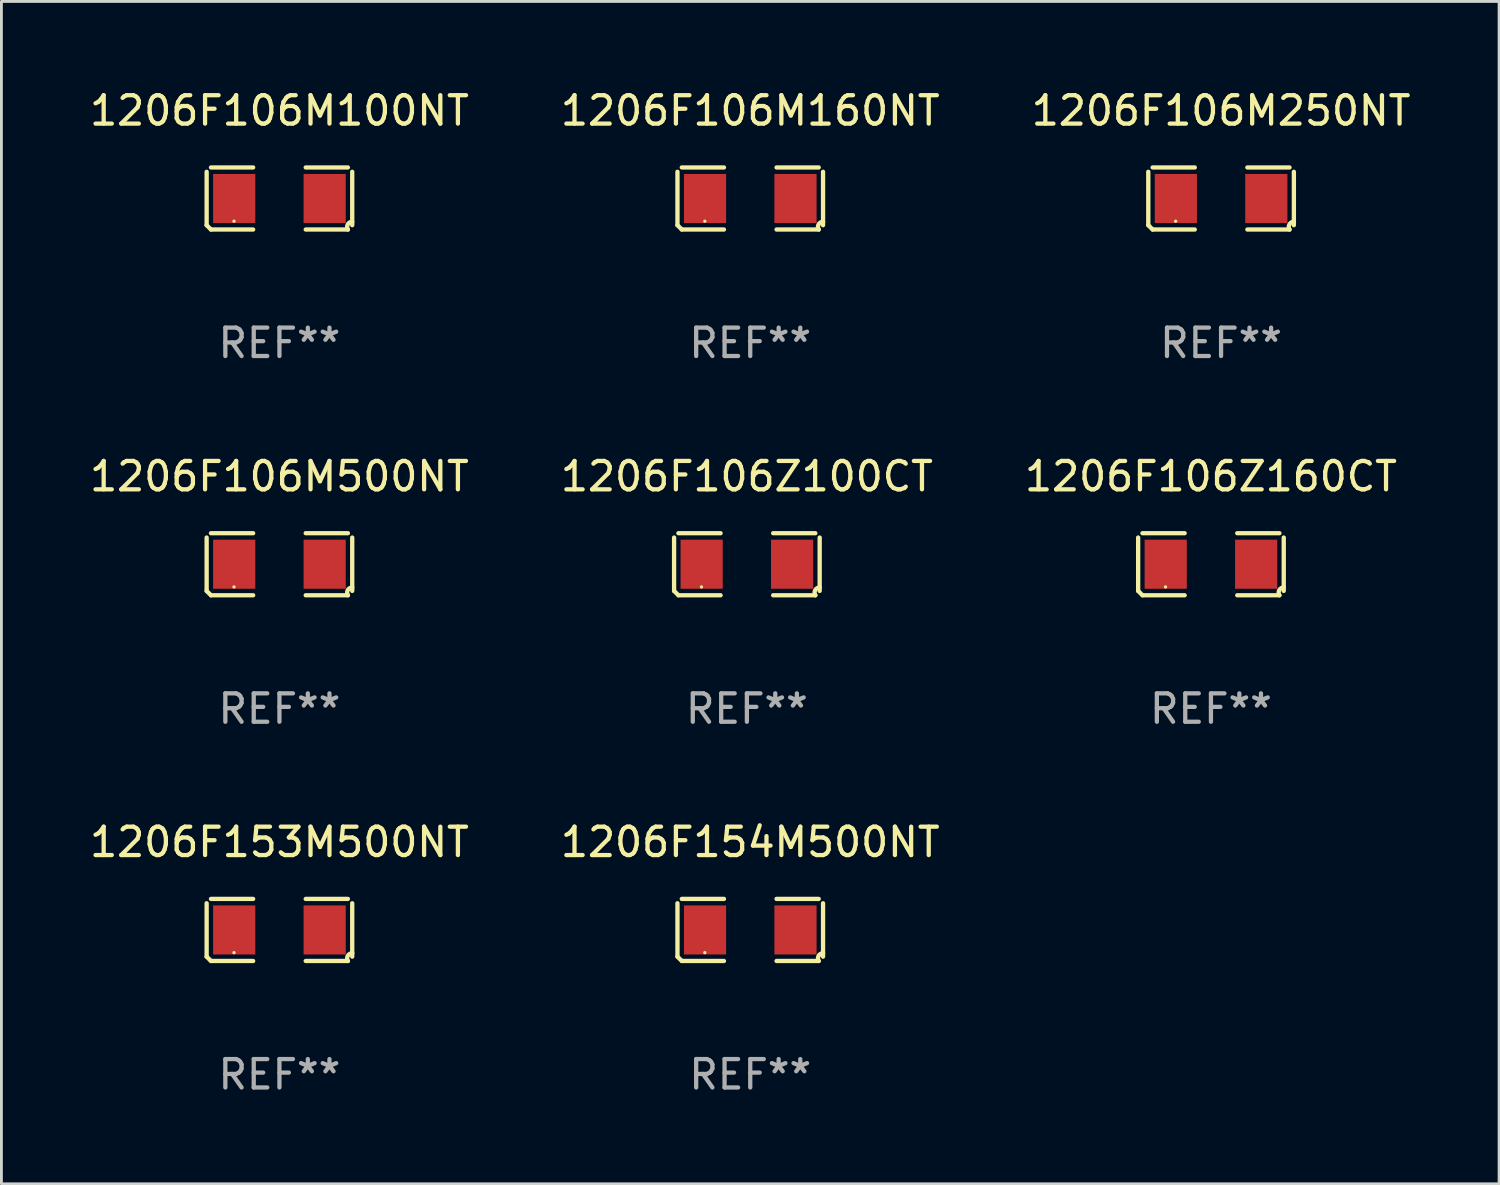
<source format=kicad_pcb>
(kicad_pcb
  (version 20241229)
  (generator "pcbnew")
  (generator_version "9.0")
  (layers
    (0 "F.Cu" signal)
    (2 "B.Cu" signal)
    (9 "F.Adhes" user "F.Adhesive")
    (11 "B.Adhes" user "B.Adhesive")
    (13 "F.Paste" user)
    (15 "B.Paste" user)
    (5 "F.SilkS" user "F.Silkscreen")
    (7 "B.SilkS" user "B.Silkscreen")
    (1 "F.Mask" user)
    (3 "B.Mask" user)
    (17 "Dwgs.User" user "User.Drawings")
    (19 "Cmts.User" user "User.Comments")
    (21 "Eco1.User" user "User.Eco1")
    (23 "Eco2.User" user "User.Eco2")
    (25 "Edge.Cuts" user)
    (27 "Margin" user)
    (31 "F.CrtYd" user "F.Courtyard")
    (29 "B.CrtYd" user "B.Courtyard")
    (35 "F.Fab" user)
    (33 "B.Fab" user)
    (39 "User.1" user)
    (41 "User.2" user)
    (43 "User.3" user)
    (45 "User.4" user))
  (footprint "1206F106M500NT"
    (layer "F.Cu")
    (at 6.792 16.823)
    (property "Reference" "1206F106M500NT" (at 0 -3.093 0) (layer "F.SilkS") (effects (font (size 1 1) (thickness 0.15))))
    (attr through_hole)
    (fp_line (start -2.564 0.94) (end -2.564 -0.94) (stroke (width 0.152) (type solid)) (layer "F.SilkS"))
    (fp_line (start -2.411 -1.093) (end -0.926 -1.093) (stroke (width 0.152) (type solid)) (layer "F.SilkS"))
    (fp_line (start -0.926 1.093) (end -2.411 1.093) (stroke (width 0.152) (type solid)) (layer "F.SilkS"))
    (fp_line (start 0.926 1.093) (end 2.411 1.093) (stroke (width 0.152) (type solid)) (layer "F.SilkS"))
    (fp_line (start 2.411 -1.093) (end 0.926 -1.093) (stroke (width 0.152) (type solid)) (layer "F.SilkS"))
    (fp_line (start 2.564 0.94) (end 2.564 -0.94) (stroke (width 0.152) (type solid)) (layer "F.SilkS"))
    (fp_arc (start -2.411201 1.092609) (mid -2.487413 1.01642) (end -2.563602 0.940208) (stroke (width 0.1524) (type solid)) (layer "F.SilkS"))
    (fp_arc (start 2.411201 1.092609) (mid 2.407159 0.911226) (end 2.563602 0.819347) (stroke (width 0.1524) (type solid)) (layer "F.SilkS"))
    (fp_circle (center -1.6 0.8) (end -1.57 0.8) (stroke (width 0.06) (type solid)) (fill no) (layer "F.SilkS"))
    (fp_text user "REF**" (at 0 5.093 0) (layer "F.Fab") (effects (font (size 1 1) (thickness 0.15))))
    (pad "1" smd rect (at -1.593 0) (size 1.485 1.728) (layers "F.Cu" "F.Mask" "F.Paste"))
    (pad "2" smd rect (at 1.593 0) (size 1.485 1.728) (layers "F.Cu" "F.Mask" "F.Paste")))
  (footprint "1206F106Z100CT"
    (layer "F.Cu")
    (at 23.256 16.823)
    (property "Reference" "1206F106Z100CT" (at 0 -3.093 0) (layer "F.SilkS") (effects (font (size 1 1) (thickness 0.15))))
    (attr through_hole)
    (fp_line (start -2.564 0.94) (end -2.564 -0.94) (stroke (width 0.152) (type solid)) (layer "F.SilkS"))
    (fp_line (start -2.411 -1.093) (end -0.926 -1.093) (stroke (width 0.152) (type solid)) (layer "F.SilkS"))
    (fp_line (start -0.926 1.093) (end -2.411 1.093) (stroke (width 0.152) (type solid)) (layer "F.SilkS"))
    (fp_line (start 0.926 1.093) (end 2.411 1.093) (stroke (width 0.152) (type solid)) (layer "F.SilkS"))
    (fp_line (start 2.411 -1.093) (end 0.926 -1.093) (stroke (width 0.152) (type solid)) (layer "F.SilkS"))
    (fp_line (start 2.564 0.94) (end 2.564 -0.94) (stroke (width 0.152) (type solid)) (layer "F.SilkS"))
    (fp_arc (start -2.411201 1.092609) (mid -2.487413 1.01642) (end -2.563602 0.940208) (stroke (width 0.1524) (type solid)) (layer "F.SilkS"))
    (fp_arc (start 2.411201 1.092609) (mid 2.407159 0.911226) (end 2.563602 0.819347) (stroke (width 0.1524) (type solid)) (layer "F.SilkS"))
    (fp_circle (center -1.6 0.8) (end -1.57 0.8) (stroke (width 0.06) (type solid)) (fill no) (layer "F.SilkS"))
    (fp_text user "REF**" (at 0 5.093 0) (layer "F.Fab") (effects (font (size 1 1) (thickness 0.15))))
    (pad "1" smd rect (at -1.593 0) (size 1.485 1.728) (layers "F.Cu" "F.Mask" "F.Paste"))
    (pad "2" smd rect (at 1.593 0) (size 1.485 1.728) (layers "F.Cu" "F.Mask" "F.Paste")))
  (footprint "1206F153M500NT"
    (layer "F.Cu")
    (at 6.792 29.704)
    (property "Reference" "1206F153M500NT" (at 0 -3.093 0) (layer "F.SilkS") (effects (font (size 1 1) (thickness 0.15))))
    (attr through_hole)
    (fp_line (start -2.564 0.94) (end -2.564 -0.94) (stroke (width 0.152) (type solid)) (layer "F.SilkS"))
    (fp_line (start -2.411 -1.093) (end -0.926 -1.093) (stroke (width 0.152) (type solid)) (layer "F.SilkS"))
    (fp_line (start -0.926 1.093) (end -2.411 1.093) (stroke (width 0.152) (type solid)) (layer "F.SilkS"))
    (fp_line (start 0.926 1.093) (end 2.411 1.093) (stroke (width 0.152) (type solid)) (layer "F.SilkS"))
    (fp_line (start 2.411 -1.093) (end 0.926 -1.093) (stroke (width 0.152) (type solid)) (layer "F.SilkS"))
    (fp_line (start 2.564 0.94) (end 2.564 -0.94) (stroke (width 0.152) (type solid)) (layer "F.SilkS"))
    (fp_arc (start -2.411201 1.092609) (mid -2.487413 1.01642) (end -2.563602 0.940208) (stroke (width 0.1524) (type solid)) (layer "F.SilkS"))
    (fp_arc (start 2.411201 1.092609) (mid 2.407159 0.911226) (end 2.563602 0.819347) (stroke (width 0.1524) (type solid)) (layer "F.SilkS"))
    (fp_circle (center -1.6 0.8) (end -1.57 0.8) (stroke (width 0.06) (type solid)) (fill no) (layer "F.SilkS"))
    (fp_text user "REF**" (at 0 5.093 0) (layer "F.Fab") (effects (font (size 1 1) (thickness 0.15))))
    (pad "1" smd rect (at -1.593 0) (size 1.485 1.728) (layers "F.Cu" "F.Mask" "F.Paste"))
    (pad "2" smd rect (at 1.593 0) (size 1.485 1.728) (layers "F.Cu" "F.Mask" "F.Paste")))
  (footprint "1206F106M250NT"
    (layer "F.Cu")
    (at 39.958 3.941)
    (property "Reference" "1206F106M250NT" (at 0 -3.093 0) (layer "F.SilkS") (effects (font (size 1 1) (thickness 0.15))))
    (attr through_hole)
    (fp_line (start -2.564 0.94) (end -2.564 -0.94) (stroke (width 0.152) (type solid)) (layer "F.SilkS"))
    (fp_line (start -2.411 -1.093) (end -0.926 -1.093) (stroke (width 0.152) (type solid)) (layer "F.SilkS"))
    (fp_line (start -0.926 1.093) (end -2.411 1.093) (stroke (width 0.152) (type solid)) (layer "F.SilkS"))
    (fp_line (start 0.926 1.093) (end 2.411 1.093) (stroke (width 0.152) (type solid)) (layer "F.SilkS"))
    (fp_line (start 2.411 -1.093) (end 0.926 -1.093) (stroke (width 0.152) (type solid)) (layer "F.SilkS"))
    (fp_line (start 2.564 0.94) (end 2.564 -0.94) (stroke (width 0.152) (type solid)) (layer "F.SilkS"))
    (fp_arc (start -2.411201 1.092609) (mid -2.487413 1.01642) (end -2.563602 0.940208) (stroke (width 0.1524) (type solid)) (layer "F.SilkS"))
    (fp_arc (start 2.411201 1.092609) (mid 2.407159 0.911226) (end 2.563602 0.819347) (stroke (width 0.1524) (type solid)) (layer "F.SilkS"))
    (fp_circle (center -1.6 0.8) (end -1.57 0.8) (stroke (width 0.06) (type solid)) (fill no) (layer "F.SilkS"))
    (fp_text user "REF**" (at 0 5.093 0) (layer "F.Fab") (effects (font (size 1 1) (thickness 0.15))))
    (pad "1" smd rect (at -1.593 0) (size 1.485 1.728) (layers "F.Cu" "F.Mask" "F.Paste"))
    (pad "2" smd rect (at 1.593 0) (size 1.485 1.728) (layers "F.Cu" "F.Mask" "F.Paste")))
  (footprint "1206F106M100NT"
    (layer "F.Cu")
    (at 6.792 3.941)
    (property "Reference" "1206F106M100NT" (at 0 -3.093 0) (layer "F.SilkS") (effects (font (size 1 1) (thickness 0.15))))
    (attr through_hole)
    (fp_line (start -2.564 0.94) (end -2.564 -0.94) (stroke (width 0.152) (type solid)) (layer "F.SilkS"))
    (fp_line (start -2.411 -1.093) (end -0.926 -1.093) (stroke (width 0.152) (type solid)) (layer "F.SilkS"))
    (fp_line (start -0.926 1.093) (end -2.411 1.093) (stroke (width 0.152) (type solid)) (layer "F.SilkS"))
    (fp_line (start 0.926 1.093) (end 2.411 1.093) (stroke (width 0.152) (type solid)) (layer "F.SilkS"))
    (fp_line (start 2.411 -1.093) (end 0.926 -1.093) (stroke (width 0.152) (type solid)) (layer "F.SilkS"))
    (fp_line (start 2.564 0.94) (end 2.564 -0.94) (stroke (width 0.152) (type solid)) (layer "F.SilkS"))
    (fp_arc (start -2.411201 1.092609) (mid -2.487413 1.01642) (end -2.563602 0.940208) (stroke (width 0.1524) (type solid)) (layer "F.SilkS"))
    (fp_arc (start 2.411201 1.092609) (mid 2.407159 0.911226) (end 2.563602 0.819347) (stroke (width 0.1524) (type solid)) (layer "F.SilkS"))
    (fp_circle (center -1.6 0.8) (end -1.57 0.8) (stroke (width 0.06) (type solid)) (fill no) (layer "F.SilkS"))
    (fp_text user "REF**" (at 0 5.093 0) (layer "F.Fab") (effects (font (size 1 1) (thickness 0.15))))
    (pad "1" smd rect (at -1.593 0) (size 1.485 1.728) (layers "F.Cu" "F.Mask" "F.Paste"))
    (pad "2" smd rect (at 1.593 0) (size 1.485 1.728) (layers "F.Cu" "F.Mask" "F.Paste")))
  (footprint "1206F106M160NT"
    (layer "F.Cu")
    (at 23.375 3.941)
    (property "Reference" "1206F106M160NT" (at 0 -3.093 0) (layer "F.SilkS") (effects (font (size 1 1) (thickness 0.15))))
    (attr through_hole)
    (fp_line (start -2.564 0.94) (end -2.564 -0.94) (stroke (width 0.152) (type solid)) (layer "F.SilkS"))
    (fp_line (start -2.411 -1.093) (end -0.926 -1.093) (stroke (width 0.152) (type solid)) (layer "F.SilkS"))
    (fp_line (start -0.926 1.093) (end -2.411 1.093) (stroke (width 0.152) (type solid)) (layer "F.SilkS"))
    (fp_line (start 0.926 1.093) (end 2.411 1.093) (stroke (width 0.152) (type solid)) (layer "F.SilkS"))
    (fp_line (start 2.411 -1.093) (end 0.926 -1.093) (stroke (width 0.152) (type solid)) (layer "F.SilkS"))
    (fp_line (start 2.564 0.94) (end 2.564 -0.94) (stroke (width 0.152) (type solid)) (layer "F.SilkS"))
    (fp_arc (start -2.411201 1.092609) (mid -2.487413 1.01642) (end -2.563602 0.940208) (stroke (width 0.1524) (type solid)) (layer "F.SilkS"))
    (fp_arc (start 2.411201 1.092609) (mid 2.407159 0.911226) (end 2.563602 0.819347) (stroke (width 0.1524) (type solid)) (layer "F.SilkS"))
    (fp_circle (center -1.6 0.8) (end -1.57 0.8) (stroke (width 0.06) (type solid)) (fill no) (layer "F.SilkS"))
    (fp_text user "REF**" (at 0 5.093 0) (layer "F.Fab") (effects (font (size 1 1) (thickness 0.15))))
    (pad "1" smd rect (at -1.593 0) (size 1.485 1.728) (layers "F.Cu" "F.Mask" "F.Paste"))
    (pad "2" smd rect (at 1.593 0) (size 1.485 1.728) (layers "F.Cu" "F.Mask" "F.Paste")))
  (footprint "1206F154M500NT"
    (layer "F.Cu")
    (at 23.375 29.704)
    (property "Reference" "1206F154M500NT" (at 0 -3.093 0) (layer "F.SilkS") (effects (font (size 1 1) (thickness 0.15))))
    (attr through_hole)
    (fp_line (start -2.564 0.94) (end -2.564 -0.94) (stroke (width 0.152) (type solid)) (layer "F.SilkS"))
    (fp_line (start -2.411 -1.093) (end -0.926 -1.093) (stroke (width 0.152) (type solid)) (layer "F.SilkS"))
    (fp_line (start -0.926 1.093) (end -2.411 1.093) (stroke (width 0.152) (type solid)) (layer "F.SilkS"))
    (fp_line (start 0.926 1.093) (end 2.411 1.093) (stroke (width 0.152) (type solid)) (layer "F.SilkS"))
    (fp_line (start 2.411 -1.093) (end 0.926 -1.093) (stroke (width 0.152) (type solid)) (layer "F.SilkS"))
    (fp_line (start 2.564 0.94) (end 2.564 -0.94) (stroke (width 0.152) (type solid)) (layer "F.SilkS"))
    (fp_arc (start -2.411201 1.092609) (mid -2.487413 1.01642) (end -2.563602 0.940208) (stroke (width 0.1524) (type solid)) (layer "F.SilkS"))
    (fp_arc (start 2.411201 1.092609) (mid 2.407159 0.911226) (end 2.563602 0.819347) (stroke (width 0.1524) (type solid)) (layer "F.SilkS"))
    (fp_circle (center -1.6 0.8) (end -1.57 0.8) (stroke (width 0.06) (type solid)) (fill no) (layer "F.SilkS"))
    (fp_text user "REF**" (at 0 5.093 0) (layer "F.Fab") (effects (font (size 1 1) (thickness 0.15))))
    (pad "1" smd rect (at -1.593 0) (size 1.485 1.728) (layers "F.Cu" "F.Mask" "F.Paste"))
    (pad "2" smd rect (at 1.593 0) (size 1.485 1.728) (layers "F.Cu" "F.Mask" "F.Paste")))
  (footprint "1206F106Z160CT"
    (layer "F.Cu")
    (at 39.601 16.823)
    (property "Reference" "1206F106Z160CT" (at 0 -3.093 0) (layer "F.SilkS") (effects (font (size 1 1) (thickness 0.15))))
    (attr through_hole)
    (fp_line (start -2.564 0.94) (end -2.564 -0.94) (stroke (width 0.152) (type solid)) (layer "F.SilkS"))
    (fp_line (start -2.411 -1.093) (end -0.926 -1.093) (stroke (width 0.152) (type solid)) (layer "F.SilkS"))
    (fp_line (start -0.926 1.093) (end -2.411 1.093) (stroke (width 0.152) (type solid)) (layer "F.SilkS"))
    (fp_line (start 0.926 1.093) (end 2.411 1.093) (stroke (width 0.152) (type solid)) (layer "F.SilkS"))
    (fp_line (start 2.411 -1.093) (end 0.926 -1.093) (stroke (width 0.152) (type solid)) (layer "F.SilkS"))
    (fp_line (start 2.564 0.94) (end 2.564 -0.94) (stroke (width 0.152) (type solid)) (layer "F.SilkS"))
    (fp_arc (start -2.411201 1.092609) (mid -2.487413 1.01642) (end -2.563602 0.940208) (stroke (width 0.1524) (type solid)) (layer "F.SilkS"))
    (fp_arc (start 2.411201 1.092609) (mid 2.407159 0.911226) (end 2.563602 0.819347) (stroke (width 0.1524) (type solid)) (layer "F.SilkS"))
    (fp_circle (center -1.6 0.8) (end -1.57 0.8) (stroke (width 0.06) (type solid)) (fill no) (layer "F.SilkS"))
    (fp_text user "REF**" (at 0 5.093 0) (layer "F.Fab") (effects (font (size 1 1) (thickness 0.15))))
    (pad "1" smd rect (at -1.593 0) (size 1.485 1.728) (layers "F.Cu" "F.Mask" "F.Paste"))
    (pad "2" smd rect (at 1.593 0) (size 1.485 1.728) (layers "F.Cu" "F.Mask" "F.Paste")))
  (gr_rect
    (start -3 -3)
    (end 49.75 38.645)
    (stroke (width 0.1) (type default))
    (fill no)
    (layer "Edge.Cuts")))
</source>
